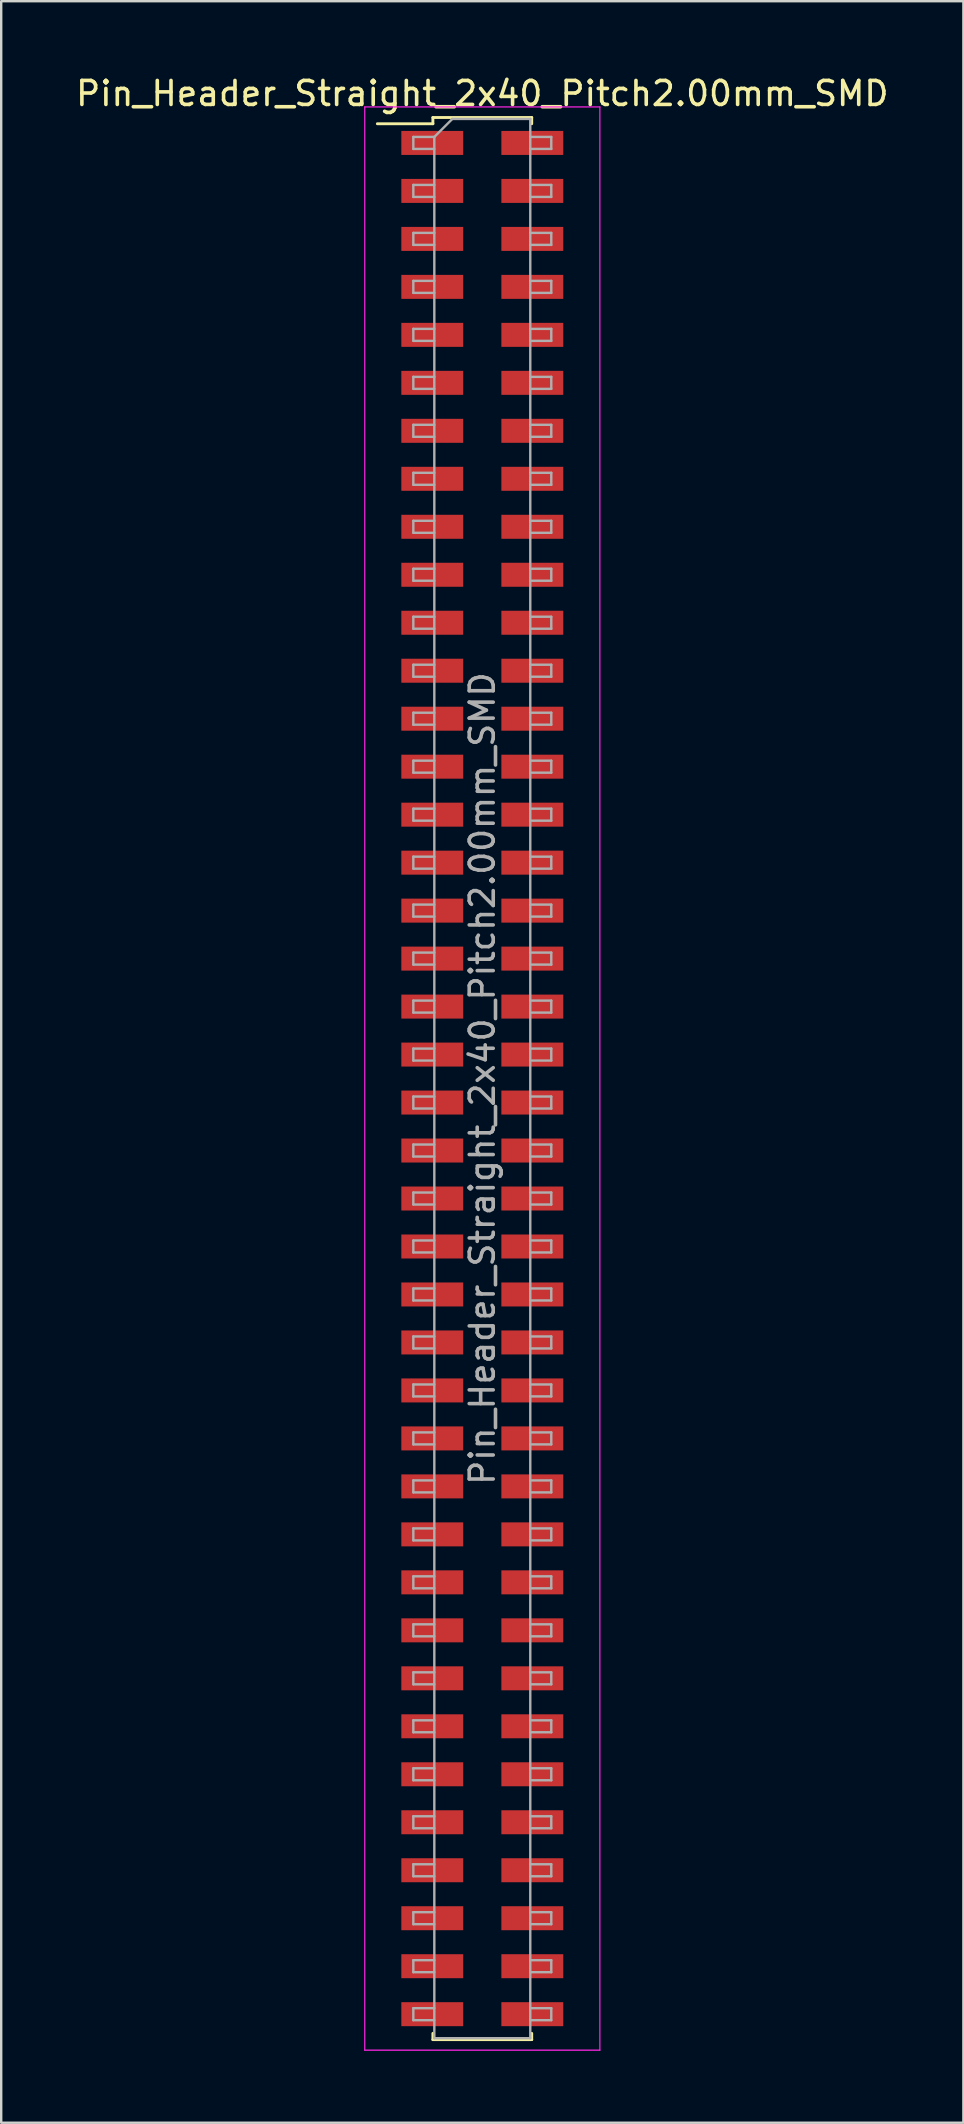
<source format=kicad_pcb>
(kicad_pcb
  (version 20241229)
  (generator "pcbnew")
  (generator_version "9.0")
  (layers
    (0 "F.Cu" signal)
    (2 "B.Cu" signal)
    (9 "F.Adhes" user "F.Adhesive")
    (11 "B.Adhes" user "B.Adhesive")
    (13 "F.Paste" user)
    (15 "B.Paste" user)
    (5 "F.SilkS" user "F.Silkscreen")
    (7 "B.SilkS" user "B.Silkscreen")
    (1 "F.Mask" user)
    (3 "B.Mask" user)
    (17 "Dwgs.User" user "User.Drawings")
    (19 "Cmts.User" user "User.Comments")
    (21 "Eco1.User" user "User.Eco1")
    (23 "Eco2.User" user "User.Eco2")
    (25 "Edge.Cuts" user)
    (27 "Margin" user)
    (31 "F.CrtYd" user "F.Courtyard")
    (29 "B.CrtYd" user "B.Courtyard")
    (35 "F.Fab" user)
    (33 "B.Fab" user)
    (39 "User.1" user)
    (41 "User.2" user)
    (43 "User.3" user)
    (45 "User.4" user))
  (footprint "Pin_Header_Straight_2x40_Pitch2.00mm_SMD"
    (layer "F.Cu")
    (at 17.054 41.908)
    (property "Reference" "Pin_Header_Straight_2x40_Pitch2.00mm_SMD" (at 0 -41.06 0) (layer "F.SilkS") (effects (font (size 1 1) (thickness 0.15))))
    (attr smd)
    (fp_line (start -4.375 -39.8) (end -2.06 -39.8) (stroke (width 0.12) (type solid)) (layer "F.SilkS"))
    (fp_line (start -2.06 -40.06) (end 2.06 -40.06) (stroke (width 0.12) (type solid)) (layer "F.SilkS"))
    (fp_line (start -2.06 -39.8) (end -2.06 -40.06) (stroke (width 0.12) (type solid)) (layer "F.SilkS"))
    (fp_line (start -2.06 39.8) (end -2.06 40.06) (stroke (width 0.12) (type solid)) (layer "F.SilkS"))
    (fp_line (start -2.06 40.06) (end 2.06 40.06) (stroke (width 0.12) (type solid)) (layer "F.SilkS"))
    (fp_line (start 2.06 -40.06) (end 2.06 -39.8) (stroke (width 0.12) (type solid)) (layer "F.SilkS"))
    (fp_line (start 2.06 40.06) (end 2.06 39.8) (stroke (width 0.12) (type solid)) (layer "F.SilkS"))
    (fp_line (start -4.9 -40.5) (end -4.9 40.5) (stroke (width 0.05) (type solid)) (layer "F.CrtYd"))
    (fp_line (start -4.9 40.5) (end 4.9 40.5) (stroke (width 0.05) (type solid)) (layer "F.CrtYd"))
    (fp_line (start 4.9 -40.5) (end -4.9 -40.5) (stroke (width 0.05) (type solid)) (layer "F.CrtYd"))
    (fp_line (start 4.9 40.5) (end 4.9 -40.5) (stroke (width 0.05) (type solid)) (layer "F.CrtYd"))
    (fp_line (start -2.875 -39.25) (end -2.875 -38.75) (stroke (width 0.1) (type solid)) (layer "F.Fab"))
    (fp_line (start -2.875 -38.75) (end -2 -38.75) (stroke (width 0.1) (type solid)) (layer "F.Fab"))
    (fp_line (start -2.875 -37.25) (end -2.875 -36.75) (stroke (width 0.1) (type solid)) (layer "F.Fab"))
    (fp_line (start -2.875 -36.75) (end -2 -36.75) (stroke (width 0.1) (type solid)) (layer "F.Fab"))
    (fp_line (start -2.875 -35.25) (end -2.875 -34.75) (stroke (width 0.1) (type solid)) (layer "F.Fab"))
    (fp_line (start -2.875 -34.75) (end -2 -34.75) (stroke (width 0.1) (type solid)) (layer "F.Fab"))
    (fp_line (start -2.875 -33.25) (end -2.875 -32.75) (stroke (width 0.1) (type solid)) (layer "F.Fab"))
    (fp_line (start -2.875 -32.75) (end -2 -32.75) (stroke (width 0.1) (type solid)) (layer "F.Fab"))
    (fp_line (start -2.875 -31.25) (end -2.875 -30.75) (stroke (width 0.1) (type solid)) (layer "F.Fab"))
    (fp_line (start -2.875 -30.75) (end -2 -30.75) (stroke (width 0.1) (type solid)) (layer "F.Fab"))
    (fp_line (start -2.875 -29.25) (end -2.875 -28.75) (stroke (width 0.1) (type solid)) (layer "F.Fab"))
    (fp_line (start -2.875 -28.75) (end -2 -28.75) (stroke (width 0.1) (type solid)) (layer "F.Fab"))
    (fp_line (start -2.875 -27.25) (end -2.875 -26.75) (stroke (width 0.1) (type solid)) (layer "F.Fab"))
    (fp_line (start -2.875 -26.75) (end -2 -26.75) (stroke (width 0.1) (type solid)) (layer "F.Fab"))
    (fp_line (start -2.875 -25.25) (end -2.875 -24.75) (stroke (width 0.1) (type solid)) (layer "F.Fab"))
    (fp_line (start -2.875 -24.75) (end -2 -24.75) (stroke (width 0.1) (type solid)) (layer "F.Fab"))
    (fp_line (start -2.875 -23.25) (end -2.875 -22.75) (stroke (width 0.1) (type solid)) (layer "F.Fab"))
    (fp_line (start -2.875 -22.75) (end -2 -22.75) (stroke (width 0.1) (type solid)) (layer "F.Fab"))
    (fp_line (start -2.875 -21.25) (end -2.875 -20.75) (stroke (width 0.1) (type solid)) (layer "F.Fab"))
    (fp_line (start -2.875 -20.75) (end -2 -20.75) (stroke (width 0.1) (type solid)) (layer "F.Fab"))
    (fp_line (start -2.875 -19.25) (end -2.875 -18.75) (stroke (width 0.1) (type solid)) (layer "F.Fab"))
    (fp_line (start -2.875 -18.75) (end -2 -18.75) (stroke (width 0.1) (type solid)) (layer "F.Fab"))
    (fp_line (start -2.875 -17.25) (end -2.875 -16.75) (stroke (width 0.1) (type solid)) (layer "F.Fab"))
    (fp_line (start -2.875 -16.75) (end -2 -16.75) (stroke (width 0.1) (type solid)) (layer "F.Fab"))
    (fp_line (start -2.875 -15.25) (end -2.875 -14.75) (stroke (width 0.1) (type solid)) (layer "F.Fab"))
    (fp_line (start -2.875 -14.75) (end -2 -14.75) (stroke (width 0.1) (type solid)) (layer "F.Fab"))
    (fp_line (start -2.875 -13.25) (end -2.875 -12.75) (stroke (width 0.1) (type solid)) (layer "F.Fab"))
    (fp_line (start -2.875 -12.75) (end -2 -12.75) (stroke (width 0.1) (type solid)) (layer "F.Fab"))
    (fp_line (start -2.875 -11.25) (end -2.875 -10.75) (stroke (width 0.1) (type solid)) (layer "F.Fab"))
    (fp_line (start -2.875 -10.75) (end -2 -10.75) (stroke (width 0.1) (type solid)) (layer "F.Fab"))
    (fp_line (start -2.875 -9.25) (end -2.875 -8.75) (stroke (width 0.1) (type solid)) (layer "F.Fab"))
    (fp_line (start -2.875 -8.75) (end -2 -8.75) (stroke (width 0.1) (type solid)) (layer "F.Fab"))
    (fp_line (start -2.875 -7.25) (end -2.875 -6.75) (stroke (width 0.1) (type solid)) (layer "F.Fab"))
    (fp_line (start -2.875 -6.75) (end -2 -6.75) (stroke (width 0.1) (type solid)) (layer "F.Fab"))
    (fp_line (start -2.875 -5.25) (end -2.875 -4.75) (stroke (width 0.1) (type solid)) (layer "F.Fab"))
    (fp_line (start -2.875 -4.75) (end -2 -4.75) (stroke (width 0.1) (type solid)) (layer "F.Fab"))
    (fp_line (start -2.875 -3.25) (end -2.875 -2.75) (stroke (width 0.1) (type solid)) (layer "F.Fab"))
    (fp_line (start -2.875 -2.75) (end -2 -2.75) (stroke (width 0.1) (type solid)) (layer "F.Fab"))
    (fp_line (start -2.875 -1.25) (end -2.875 -0.75) (stroke (width 0.1) (type solid)) (layer "F.Fab"))
    (fp_line (start -2.875 -0.75) (end -2 -0.75) (stroke (width 0.1) (type solid)) (layer "F.Fab"))
    (fp_line (start -2.875 0.75) (end -2.875 1.25) (stroke (width 0.1) (type solid)) (layer "F.Fab"))
    (fp_line (start -2.875 1.25) (end -2 1.25) (stroke (width 0.1) (type solid)) (layer "F.Fab"))
    (fp_line (start -2.875 2.75) (end -2.875 3.25) (stroke (width 0.1) (type solid)) (layer "F.Fab"))
    (fp_line (start -2.875 3.25) (end -2 3.25) (stroke (width 0.1) (type solid)) (layer "F.Fab"))
    (fp_line (start -2.875 4.75) (end -2.875 5.25) (stroke (width 0.1) (type solid)) (layer "F.Fab"))
    (fp_line (start -2.875 5.25) (end -2 5.25) (stroke (width 0.1) (type solid)) (layer "F.Fab"))
    (fp_line (start -2.875 6.75) (end -2.875 7.25) (stroke (width 0.1) (type solid)) (layer "F.Fab"))
    (fp_line (start -2.875 7.25) (end -2 7.25) (stroke (width 0.1) (type solid)) (layer "F.Fab"))
    (fp_line (start -2.875 8.75) (end -2.875 9.25) (stroke (width 0.1) (type solid)) (layer "F.Fab"))
    (fp_line (start -2.875 9.25) (end -2 9.25) (stroke (width 0.1) (type solid)) (layer "F.Fab"))
    (fp_line (start -2.875 10.75) (end -2.875 11.25) (stroke (width 0.1) (type solid)) (layer "F.Fab"))
    (fp_line (start -2.875 11.25) (end -2 11.25) (stroke (width 0.1) (type solid)) (layer "F.Fab"))
    (fp_line (start -2.875 12.75) (end -2.875 13.25) (stroke (width 0.1) (type solid)) (layer "F.Fab"))
    (fp_line (start -2.875 13.25) (end -2 13.25) (stroke (width 0.1) (type solid)) (layer "F.Fab"))
    (fp_line (start -2.875 14.75) (end -2.875 15.25) (stroke (width 0.1) (type solid)) (layer "F.Fab"))
    (fp_line (start -2.875 15.25) (end -2 15.25) (stroke (width 0.1) (type solid)) (layer "F.Fab"))
    (fp_line (start -2.875 16.75) (end -2.875 17.25) (stroke (width 0.1) (type solid)) (layer "F.Fab"))
    (fp_line (start -2.875 17.25) (end -2 17.25) (stroke (width 0.1) (type solid)) (layer "F.Fab"))
    (fp_line (start -2.875 18.75) (end -2.875 19.25) (stroke (width 0.1) (type solid)) (layer "F.Fab"))
    (fp_line (start -2.875 19.25) (end -2 19.25) (stroke (width 0.1) (type solid)) (layer "F.Fab"))
    (fp_line (start -2.875 20.75) (end -2.875 21.25) (stroke (width 0.1) (type solid)) (layer "F.Fab"))
    (fp_line (start -2.875 21.25) (end -2 21.25) (stroke (width 0.1) (type solid)) (layer "F.Fab"))
    (fp_line (start -2.875 22.75) (end -2.875 23.25) (stroke (width 0.1) (type solid)) (layer "F.Fab"))
    (fp_line (start -2.875 23.25) (end -2 23.25) (stroke (width 0.1) (type solid)) (layer "F.Fab"))
    (fp_line (start -2.875 24.75) (end -2.875 25.25) (stroke (width 0.1) (type solid)) (layer "F.Fab"))
    (fp_line (start -2.875 25.25) (end -2 25.25) (stroke (width 0.1) (type solid)) (layer "F.Fab"))
    (fp_line (start -2.875 26.75) (end -2.875 27.25) (stroke (width 0.1) (type solid)) (layer "F.Fab"))
    (fp_line (start -2.875 27.25) (end -2 27.25) (stroke (width 0.1) (type solid)) (layer "F.Fab"))
    (fp_line (start -2.875 28.75) (end -2.875 29.25) (stroke (width 0.1) (type solid)) (layer "F.Fab"))
    (fp_line (start -2.875 29.25) (end -2 29.25) (stroke (width 0.1) (type solid)) (layer "F.Fab"))
    (fp_line (start -2.875 30.75) (end -2.875 31.25) (stroke (width 0.1) (type solid)) (layer "F.Fab"))
    (fp_line (start -2.875 31.25) (end -2 31.25) (stroke (width 0.1) (type solid)) (layer "F.Fab"))
    (fp_line (start -2.875 32.75) (end -2.875 33.25) (stroke (width 0.1) (type solid)) (layer "F.Fab"))
    (fp_line (start -2.875 33.25) (end -2 33.25) (stroke (width 0.1) (type solid)) (layer "F.Fab"))
    (fp_line (start -2.875 34.75) (end -2.875 35.25) (stroke (width 0.1) (type solid)) (layer "F.Fab"))
    (fp_line (start -2.875 35.25) (end -2 35.25) (stroke (width 0.1) (type solid)) (layer "F.Fab"))
    (fp_line (start -2.875 36.75) (end -2.875 37.25) (stroke (width 0.1) (type solid)) (layer "F.Fab"))
    (fp_line (start -2.875 37.25) (end -2 37.25) (stroke (width 0.1) (type solid)) (layer "F.Fab"))
    (fp_line (start -2.875 38.75) (end -2.875 39.25) (stroke (width 0.1) (type solid)) (layer "F.Fab"))
    (fp_line (start -2.875 39.25) (end -2 39.25) (stroke (width 0.1) (type solid)) (layer "F.Fab"))
    (fp_line (start -2 -39.25) (end -2.875 -39.25) (stroke (width 0.1) (type solid)) (layer "F.Fab"))
    (fp_line (start -2 -39.25) (end -1.25 -40) (stroke (width 0.1) (type solid)) (layer "F.Fab"))
    (fp_line (start -2 -37.25) (end -2.875 -37.25) (stroke (width 0.1) (type solid)) (layer "F.Fab"))
    (fp_line (start -2 -35.25) (end -2.875 -35.25) (stroke (width 0.1) (type solid)) (layer "F.Fab"))
    (fp_line (start -2 -33.25) (end -2.875 -33.25) (stroke (width 0.1) (type solid)) (layer "F.Fab"))
    (fp_line (start -2 -31.25) (end -2.875 -31.25) (stroke (width 0.1) (type solid)) (layer "F.Fab"))
    (fp_line (start -2 -29.25) (end -2.875 -29.25) (stroke (width 0.1) (type solid)) (layer "F.Fab"))
    (fp_line (start -2 -27.25) (end -2.875 -27.25) (stroke (width 0.1) (type solid)) (layer "F.Fab"))
    (fp_line (start -2 -25.25) (end -2.875 -25.25) (stroke (width 0.1) (type solid)) (layer "F.Fab"))
    (fp_line (start -2 -23.25) (end -2.875 -23.25) (stroke (width 0.1) (type solid)) (layer "F.Fab"))
    (fp_line (start -2 -21.25) (end -2.875 -21.25) (stroke (width 0.1) (type solid)) (layer "F.Fab"))
    (fp_line (start -2 -19.25) (end -2.875 -19.25) (stroke (width 0.1) (type solid)) (layer "F.Fab"))
    (fp_line (start -2 -17.25) (end -2.875 -17.25) (stroke (width 0.1) (type solid)) (layer "F.Fab"))
    (fp_line (start -2 -15.25) (end -2.875 -15.25) (stroke (width 0.1) (type solid)) (layer "F.Fab"))
    (fp_line (start -2 -13.25) (end -2.875 -13.25) (stroke (width 0.1) (type solid)) (layer "F.Fab"))
    (fp_line (start -2 -11.25) (end -2.875 -11.25) (stroke (width 0.1) (type solid)) (layer "F.Fab"))
    (fp_line (start -2 -9.25) (end -2.875 -9.25) (stroke (width 0.1) (type solid)) (layer "F.Fab"))
    (fp_line (start -2 -7.25) (end -2.875 -7.25) (stroke (width 0.1) (type solid)) (layer "F.Fab"))
    (fp_line (start -2 -5.25) (end -2.875 -5.25) (stroke (width 0.1) (type solid)) (layer "F.Fab"))
    (fp_line (start -2 -3.25) (end -2.875 -3.25) (stroke (width 0.1) (type solid)) (layer "F.Fab"))
    (fp_line (start -2 -1.25) (end -2.875 -1.25) (stroke (width 0.1) (type solid)) (layer "F.Fab"))
    (fp_line (start -2 0.75) (end -2.875 0.75) (stroke (width 0.1) (type solid)) (layer "F.Fab"))
    (fp_line (start -2 2.75) (end -2.875 2.75) (stroke (width 0.1) (type solid)) (layer "F.Fab"))
    (fp_line (start -2 4.75) (end -2.875 4.75) (stroke (width 0.1) (type solid)) (layer "F.Fab"))
    (fp_line (start -2 6.75) (end -2.875 6.75) (stroke (width 0.1) (type solid)) (layer "F.Fab"))
    (fp_line (start -2 8.75) (end -2.875 8.75) (stroke (width 0.1) (type solid)) (layer "F.Fab"))
    (fp_line (start -2 10.75) (end -2.875 10.75) (stroke (width 0.1) (type solid)) (layer "F.Fab"))
    (fp_line (start -2 12.75) (end -2.875 12.75) (stroke (width 0.1) (type solid)) (layer "F.Fab"))
    (fp_line (start -2 14.75) (end -2.875 14.75) (stroke (width 0.1) (type solid)) (layer "F.Fab"))
    (fp_line (start -2 16.75) (end -2.875 16.75) (stroke (width 0.1) (type solid)) (layer "F.Fab"))
    (fp_line (start -2 18.75) (end -2.875 18.75) (stroke (width 0.1) (type solid)) (layer "F.Fab"))
    (fp_line (start -2 20.75) (end -2.875 20.75) (stroke (width 0.1) (type solid)) (layer "F.Fab"))
    (fp_line (start -2 22.75) (end -2.875 22.75) (stroke (width 0.1) (type solid)) (layer "F.Fab"))
    (fp_line (start -2 24.75) (end -2.875 24.75) (stroke (width 0.1) (type solid)) (layer "F.Fab"))
    (fp_line (start -2 26.75) (end -2.875 26.75) (stroke (width 0.1) (type solid)) (layer "F.Fab"))
    (fp_line (start -2 28.75) (end -2.875 28.75) (stroke (width 0.1) (type solid)) (layer "F.Fab"))
    (fp_line (start -2 30.75) (end -2.875 30.75) (stroke (width 0.1) (type solid)) (layer "F.Fab"))
    (fp_line (start -2 32.75) (end -2.875 32.75) (stroke (width 0.1) (type solid)) (layer "F.Fab"))
    (fp_line (start -2 34.75) (end -2.875 34.75) (stroke (width 0.1) (type solid)) (layer "F.Fab"))
    (fp_line (start -2 36.75) (end -2.875 36.75) (stroke (width 0.1) (type solid)) (layer "F.Fab"))
    (fp_line (start -2 38.75) (end -2.875 38.75) (stroke (width 0.1) (type solid)) (layer "F.Fab"))
    (fp_line (start -2 40) (end -2 -39.25) (stroke (width 0.1) (type solid)) (layer "F.Fab"))
    (fp_line (start -1.25 -40) (end 2 -40) (stroke (width 0.1) (type solid)) (layer "F.Fab"))
    (fp_line (start 2 -40) (end 2 40) (stroke (width 0.1) (type solid)) (layer "F.Fab"))
    (fp_line (start 2 -39.25) (end 2.875 -39.25) (stroke (width 0.1) (type solid)) (layer "F.Fab"))
    (fp_line (start 2 -37.25) (end 2.875 -37.25) (stroke (width 0.1) (type solid)) (layer "F.Fab"))
    (fp_line (start 2 -35.25) (end 2.875 -35.25) (stroke (width 0.1) (type solid)) (layer "F.Fab"))
    (fp_line (start 2 -33.25) (end 2.875 -33.25) (stroke (width 0.1) (type solid)) (layer "F.Fab"))
    (fp_line (start 2 -31.25) (end 2.875 -31.25) (stroke (width 0.1) (type solid)) (layer "F.Fab"))
    (fp_line (start 2 -29.25) (end 2.875 -29.25) (stroke (width 0.1) (type solid)) (layer "F.Fab"))
    (fp_line (start 2 -27.25) (end 2.875 -27.25) (stroke (width 0.1) (type solid)) (layer "F.Fab"))
    (fp_line (start 2 -25.25) (end 2.875 -25.25) (stroke (width 0.1) (type solid)) (layer "F.Fab"))
    (fp_line (start 2 -23.25) (end 2.875 -23.25) (stroke (width 0.1) (type solid)) (layer "F.Fab"))
    (fp_line (start 2 -21.25) (end 2.875 -21.25) (stroke (width 0.1) (type solid)) (layer "F.Fab"))
    (fp_line (start 2 -19.25) (end 2.875 -19.25) (stroke (width 0.1) (type solid)) (layer "F.Fab"))
    (fp_line (start 2 -17.25) (end 2.875 -17.25) (stroke (width 0.1) (type solid)) (layer "F.Fab"))
    (fp_line (start 2 -15.25) (end 2.875 -15.25) (stroke (width 0.1) (type solid)) (layer "F.Fab"))
    (fp_line (start 2 -13.25) (end 2.875 -13.25) (stroke (width 0.1) (type solid)) (layer "F.Fab"))
    (fp_line (start 2 -11.25) (end 2.875 -11.25) (stroke (width 0.1) (type solid)) (layer "F.Fab"))
    (fp_line (start 2 -9.25) (end 2.875 -9.25) (stroke (width 0.1) (type solid)) (layer "F.Fab"))
    (fp_line (start 2 -7.25) (end 2.875 -7.25) (stroke (width 0.1) (type solid)) (layer "F.Fab"))
    (fp_line (start 2 -5.25) (end 2.875 -5.25) (stroke (width 0.1) (type solid)) (layer "F.Fab"))
    (fp_line (start 2 -3.25) (end 2.875 -3.25) (stroke (width 0.1) (type solid)) (layer "F.Fab"))
    (fp_line (start 2 -1.25) (end 2.875 -1.25) (stroke (width 0.1) (type solid)) (layer "F.Fab"))
    (fp_line (start 2 0.75) (end 2.875 0.75) (stroke (width 0.1) (type solid)) (layer "F.Fab"))
    (fp_line (start 2 2.75) (end 2.875 2.75) (stroke (width 0.1) (type solid)) (layer "F.Fab"))
    (fp_line (start 2 4.75) (end 2.875 4.75) (stroke (width 0.1) (type solid)) (layer "F.Fab"))
    (fp_line (start 2 6.75) (end 2.875 6.75) (stroke (width 0.1) (type solid)) (layer "F.Fab"))
    (fp_line (start 2 8.75) (end 2.875 8.75) (stroke (width 0.1) (type solid)) (layer "F.Fab"))
    (fp_line (start 2 10.75) (end 2.875 10.75) (stroke (width 0.1) (type solid)) (layer "F.Fab"))
    (fp_line (start 2 12.75) (end 2.875 12.75) (stroke (width 0.1) (type solid)) (layer "F.Fab"))
    (fp_line (start 2 14.75) (end 2.875 14.75) (stroke (width 0.1) (type solid)) (layer "F.Fab"))
    (fp_line (start 2 16.75) (end 2.875 16.75) (stroke (width 0.1) (type solid)) (layer "F.Fab"))
    (fp_line (start 2 18.75) (end 2.875 18.75) (stroke (width 0.1) (type solid)) (layer "F.Fab"))
    (fp_line (start 2 20.75) (end 2.875 20.75) (stroke (width 0.1) (type solid)) (layer "F.Fab"))
    (fp_line (start 2 22.75) (end 2.875 22.75) (stroke (width 0.1) (type solid)) (layer "F.Fab"))
    (fp_line (start 2 24.75) (end 2.875 24.75) (stroke (width 0.1) (type solid)) (layer "F.Fab"))
    (fp_line (start 2 26.75) (end 2.875 26.75) (stroke (width 0.1) (type solid)) (layer "F.Fab"))
    (fp_line (start 2 28.75) (end 2.875 28.75) (stroke (width 0.1) (type solid)) (layer "F.Fab"))
    (fp_line (start 2 30.75) (end 2.875 30.75) (stroke (width 0.1) (type solid)) (layer "F.Fab"))
    (fp_line (start 2 32.75) (end 2.875 32.75) (stroke (width 0.1) (type solid)) (layer "F.Fab"))
    (fp_line (start 2 34.75) (end 2.875 34.75) (stroke (width 0.1) (type solid)) (layer "F.Fab"))
    (fp_line (start 2 36.75) (end 2.875 36.75) (stroke (width 0.1) (type solid)) (layer "F.Fab"))
    (fp_line (start 2 38.75) (end 2.875 38.75) (stroke (width 0.1) (type solid)) (layer "F.Fab"))
    (fp_line (start 2 40) (end -2 40) (stroke (width 0.1) (type solid)) (layer "F.Fab"))
    (fp_line (start 2.875 -39.25) (end 2.875 -38.75) (stroke (width 0.1) (type solid)) (layer "F.Fab"))
    (fp_line (start 2.875 -38.75) (end 2 -38.75) (stroke (width 0.1) (type solid)) (layer "F.Fab"))
    (fp_line (start 2.875 -37.25) (end 2.875 -36.75) (stroke (width 0.1) (type solid)) (layer "F.Fab"))
    (fp_line (start 2.875 -36.75) (end 2 -36.75) (stroke (width 0.1) (type solid)) (layer "F.Fab"))
    (fp_line (start 2.875 -35.25) (end 2.875 -34.75) (stroke (width 0.1) (type solid)) (layer "F.Fab"))
    (fp_line (start 2.875 -34.75) (end 2 -34.75) (stroke (width 0.1) (type solid)) (layer "F.Fab"))
    (fp_line (start 2.875 -33.25) (end 2.875 -32.75) (stroke (width 0.1) (type solid)) (layer "F.Fab"))
    (fp_line (start 2.875 -32.75) (end 2 -32.75) (stroke (width 0.1) (type solid)) (layer "F.Fab"))
    (fp_line (start 2.875 -31.25) (end 2.875 -30.75) (stroke (width 0.1) (type solid)) (layer "F.Fab"))
    (fp_line (start 2.875 -30.75) (end 2 -30.75) (stroke (width 0.1) (type solid)) (layer "F.Fab"))
    (fp_line (start 2.875 -29.25) (end 2.875 -28.75) (stroke (width 0.1) (type solid)) (layer "F.Fab"))
    (fp_line (start 2.875 -28.75) (end 2 -28.75) (stroke (width 0.1) (type solid)) (layer "F.Fab"))
    (fp_line (start 2.875 -27.25) (end 2.875 -26.75) (stroke (width 0.1) (type solid)) (layer "F.Fab"))
    (fp_line (start 2.875 -26.75) (end 2 -26.75) (stroke (width 0.1) (type solid)) (layer "F.Fab"))
    (fp_line (start 2.875 -25.25) (end 2.875 -24.75) (stroke (width 0.1) (type solid)) (layer "F.Fab"))
    (fp_line (start 2.875 -24.75) (end 2 -24.75) (stroke (width 0.1) (type solid)) (layer "F.Fab"))
    (fp_line (start 2.875 -23.25) (end 2.875 -22.75) (stroke (width 0.1) (type solid)) (layer "F.Fab"))
    (fp_line (start 2.875 -22.75) (end 2 -22.75) (stroke (width 0.1) (type solid)) (layer "F.Fab"))
    (fp_line (start 2.875 -21.25) (end 2.875 -20.75) (stroke (width 0.1) (type solid)) (layer "F.Fab"))
    (fp_line (start 2.875 -20.75) (end 2 -20.75) (stroke (width 0.1) (type solid)) (layer "F.Fab"))
    (fp_line (start 2.875 -19.25) (end 2.875 -18.75) (stroke (width 0.1) (type solid)) (layer "F.Fab"))
    (fp_line (start 2.875 -18.75) (end 2 -18.75) (stroke (width 0.1) (type solid)) (layer "F.Fab"))
    (fp_line (start 2.875 -17.25) (end 2.875 -16.75) (stroke (width 0.1) (type solid)) (layer "F.Fab"))
    (fp_line (start 2.875 -16.75) (end 2 -16.75) (stroke (width 0.1) (type solid)) (layer "F.Fab"))
    (fp_line (start 2.875 -15.25) (end 2.875 -14.75) (stroke (width 0.1) (type solid)) (layer "F.Fab"))
    (fp_line (start 2.875 -14.75) (end 2 -14.75) (stroke (width 0.1) (type solid)) (layer "F.Fab"))
    (fp_line (start 2.875 -13.25) (end 2.875 -12.75) (stroke (width 0.1) (type solid)) (layer "F.Fab"))
    (fp_line (start 2.875 -12.75) (end 2 -12.75) (stroke (width 0.1) (type solid)) (layer "F.Fab"))
    (fp_line (start 2.875 -11.25) (end 2.875 -10.75) (stroke (width 0.1) (type solid)) (layer "F.Fab"))
    (fp_line (start 2.875 -10.75) (end 2 -10.75) (stroke (width 0.1) (type solid)) (layer "F.Fab"))
    (fp_line (start 2.875 -9.25) (end 2.875 -8.75) (stroke (width 0.1) (type solid)) (layer "F.Fab"))
    (fp_line (start 2.875 -8.75) (end 2 -8.75) (stroke (width 0.1) (type solid)) (layer "F.Fab"))
    (fp_line (start 2.875 -7.25) (end 2.875 -6.75) (stroke (width 0.1) (type solid)) (layer "F.Fab"))
    (fp_line (start 2.875 -6.75) (end 2 -6.75) (stroke (width 0.1) (type solid)) (layer "F.Fab"))
    (fp_line (start 2.875 -5.25) (end 2.875 -4.75) (stroke (width 0.1) (type solid)) (layer "F.Fab"))
    (fp_line (start 2.875 -4.75) (end 2 -4.75) (stroke (width 0.1) (type solid)) (layer "F.Fab"))
    (fp_line (start 2.875 -3.25) (end 2.875 -2.75) (stroke (width 0.1) (type solid)) (layer "F.Fab"))
    (fp_line (start 2.875 -2.75) (end 2 -2.75) (stroke (width 0.1) (type solid)) (layer "F.Fab"))
    (fp_line (start 2.875 -1.25) (end 2.875 -0.75) (stroke (width 0.1) (type solid)) (layer "F.Fab"))
    (fp_line (start 2.875 -0.75) (end 2 -0.75) (stroke (width 0.1) (type solid)) (layer "F.Fab"))
    (fp_line (start 2.875 0.75) (end 2.875 1.25) (stroke (width 0.1) (type solid)) (layer "F.Fab"))
    (fp_line (start 2.875 1.25) (end 2 1.25) (stroke (width 0.1) (type solid)) (layer "F.Fab"))
    (fp_line (start 2.875 2.75) (end 2.875 3.25) (stroke (width 0.1) (type solid)) (layer "F.Fab"))
    (fp_line (start 2.875 3.25) (end 2 3.25) (stroke (width 0.1) (type solid)) (layer "F.Fab"))
    (fp_line (start 2.875 4.75) (end 2.875 5.25) (stroke (width 0.1) (type solid)) (layer "F.Fab"))
    (fp_line (start 2.875 5.25) (end 2 5.25) (stroke (width 0.1) (type solid)) (layer "F.Fab"))
    (fp_line (start 2.875 6.75) (end 2.875 7.25) (stroke (width 0.1) (type solid)) (layer "F.Fab"))
    (fp_line (start 2.875 7.25) (end 2 7.25) (stroke (width 0.1) (type solid)) (layer "F.Fab"))
    (fp_line (start 2.875 8.75) (end 2.875 9.25) (stroke (width 0.1) (type solid)) (layer "F.Fab"))
    (fp_line (start 2.875 9.25) (end 2 9.25) (stroke (width 0.1) (type solid)) (layer "F.Fab"))
    (fp_line (start 2.875 10.75) (end 2.875 11.25) (stroke (width 0.1) (type solid)) (layer "F.Fab"))
    (fp_line (start 2.875 11.25) (end 2 11.25) (stroke (width 0.1) (type solid)) (layer "F.Fab"))
    (fp_line (start 2.875 12.75) (end 2.875 13.25) (stroke (width 0.1) (type solid)) (layer "F.Fab"))
    (fp_line (start 2.875 13.25) (end 2 13.25) (stroke (width 0.1) (type solid)) (layer "F.Fab"))
    (fp_line (start 2.875 14.75) (end 2.875 15.25) (stroke (width 0.1) (type solid)) (layer "F.Fab"))
    (fp_line (start 2.875 15.25) (end 2 15.25) (stroke (width 0.1) (type solid)) (layer "F.Fab"))
    (fp_line (start 2.875 16.75) (end 2.875 17.25) (stroke (width 0.1) (type solid)) (layer "F.Fab"))
    (fp_line (start 2.875 17.25) (end 2 17.25) (stroke (width 0.1) (type solid)) (layer "F.Fab"))
    (fp_line (start 2.875 18.75) (end 2.875 19.25) (stroke (width 0.1) (type solid)) (layer "F.Fab"))
    (fp_line (start 2.875 19.25) (end 2 19.25) (stroke (width 0.1) (type solid)) (layer "F.Fab"))
    (fp_line (start 2.875 20.75) (end 2.875 21.25) (stroke (width 0.1) (type solid)) (layer "F.Fab"))
    (fp_line (start 2.875 21.25) (end 2 21.25) (stroke (width 0.1) (type solid)) (layer "F.Fab"))
    (fp_line (start 2.875 22.75) (end 2.875 23.25) (stroke (width 0.1) (type solid)) (layer "F.Fab"))
    (fp_line (start 2.875 23.25) (end 2 23.25) (stroke (width 0.1) (type solid)) (layer "F.Fab"))
    (fp_line (start 2.875 24.75) (end 2.875 25.25) (stroke (width 0.1) (type solid)) (layer "F.Fab"))
    (fp_line (start 2.875 25.25) (end 2 25.25) (stroke (width 0.1) (type solid)) (layer "F.Fab"))
    (fp_line (start 2.875 26.75) (end 2.875 27.25) (stroke (width 0.1) (type solid)) (layer "F.Fab"))
    (fp_line (start 2.875 27.25) (end 2 27.25) (stroke (width 0.1) (type solid)) (layer "F.Fab"))
    (fp_line (start 2.875 28.75) (end 2.875 29.25) (stroke (width 0.1) (type solid)) (layer "F.Fab"))
    (fp_line (start 2.875 29.25) (end 2 29.25) (stroke (width 0.1) (type solid)) (layer "F.Fab"))
    (fp_line (start 2.875 30.75) (end 2.875 31.25) (stroke (width 0.1) (type solid)) (layer "F.Fab"))
    (fp_line (start 2.875 31.25) (end 2 31.25) (stroke (width 0.1) (type solid)) (layer "F.Fab"))
    (fp_line (start 2.875 32.75) (end 2.875 33.25) (stroke (width 0.1) (type solid)) (layer "F.Fab"))
    (fp_line (start 2.875 33.25) (end 2 33.25) (stroke (width 0.1) (type solid)) (layer "F.Fab"))
    (fp_line (start 2.875 34.75) (end 2.875 35.25) (stroke (width 0.1) (type solid)) (layer "F.Fab"))
    (fp_line (start 2.875 35.25) (end 2 35.25) (stroke (width 0.1) (type solid)) (layer "F.Fab"))
    (fp_line (start 2.875 36.75) (end 2.875 37.25) (stroke (width 0.1) (type solid)) (layer "F.Fab"))
    (fp_line (start 2.875 37.25) (end 2 37.25) (stroke (width 0.1) (type solid)) (layer "F.Fab"))
    (fp_line (start 2.875 38.75) (end 2.875 39.25) (stroke (width 0.1) (type solid)) (layer "F.Fab"))
    (fp_line (start 2.875 39.25) (end 2 39.25) (stroke (width 0.1) (type solid)) (layer "F.Fab"))
    (fp_text user "${REFERENCE}" (at 0 0 90) (layer "F.Fab") (effects (font (size 1 1) (thickness 0.15))))
    (pad "1" smd rect (at -2.085 -39) (size 2.58 1) (layers "F.Cu" "F.Mask" "F.Paste"))
    (pad "2" smd rect (at 2.085 -39) (size 2.58 1) (layers "F.Cu" "F.Mask" "F.Paste"))
    (pad "3" smd rect (at -2.085 -37) (size 2.58 1) (layers "F.Cu" "F.Mask" "F.Paste"))
    (pad "4" smd rect (at 2.085 -37) (size 2.58 1) (layers "F.Cu" "F.Mask" "F.Paste"))
    (pad "5" smd rect (at -2.085 -35) (size 2.58 1) (layers "F.Cu" "F.Mask" "F.Paste"))
    (pad "6" smd rect (at 2.085 -35) (size 2.58 1) (layers "F.Cu" "F.Mask" "F.Paste"))
    (pad "7" smd rect (at -2.085 -33) (size 2.58 1) (layers "F.Cu" "F.Mask" "F.Paste"))
    (pad "8" smd rect (at 2.085 -33) (size 2.58 1) (layers "F.Cu" "F.Mask" "F.Paste"))
    (pad "9" smd rect (at -2.085 -31) (size 2.58 1) (layers "F.Cu" "F.Mask" "F.Paste"))
    (pad "10" smd rect (at 2.085 -31) (size 2.58 1) (layers "F.Cu" "F.Mask" "F.Paste"))
    (pad "11" smd rect (at -2.085 -29) (size 2.58 1) (layers "F.Cu" "F.Mask" "F.Paste"))
    (pad "12" smd rect (at 2.085 -29) (size 2.58 1) (layers "F.Cu" "F.Mask" "F.Paste"))
    (pad "13" smd rect (at -2.085 -27) (size 2.58 1) (layers "F.Cu" "F.Mask" "F.Paste"))
    (pad "14" smd rect (at 2.085 -27) (size 2.58 1) (layers "F.Cu" "F.Mask" "F.Paste"))
    (pad "15" smd rect (at -2.085 -25) (size 2.58 1) (layers "F.Cu" "F.Mask" "F.Paste"))
    (pad "16" smd rect (at 2.085 -25) (size 2.58 1) (layers "F.Cu" "F.Mask" "F.Paste"))
    (pad "17" smd rect (at -2.085 -23) (size 2.58 1) (layers "F.Cu" "F.Mask" "F.Paste"))
    (pad "18" smd rect (at 2.085 -23) (size 2.58 1) (layers "F.Cu" "F.Mask" "F.Paste"))
    (pad "19" smd rect (at -2.085 -21) (size 2.58 1) (layers "F.Cu" "F.Mask" "F.Paste"))
    (pad "20" smd rect (at 2.085 -21) (size 2.58 1) (layers "F.Cu" "F.Mask" "F.Paste"))
    (pad "21" smd rect (at -2.085 -19) (size 2.58 1) (layers "F.Cu" "F.Mask" "F.Paste"))
    (pad "22" smd rect (at 2.085 -19) (size 2.58 1) (layers "F.Cu" "F.Mask" "F.Paste"))
    (pad "23" smd rect (at -2.085 -17) (size 2.58 1) (layers "F.Cu" "F.Mask" "F.Paste"))
    (pad "24" smd rect (at 2.085 -17) (size 2.58 1) (layers "F.Cu" "F.Mask" "F.Paste"))
    (pad "25" smd rect (at -2.085 -15) (size 2.58 1) (layers "F.Cu" "F.Mask" "F.Paste"))
    (pad "26" smd rect (at 2.085 -15) (size 2.58 1) (layers "F.Cu" "F.Mask" "F.Paste"))
    (pad "27" smd rect (at -2.085 -13) (size 2.58 1) (layers "F.Cu" "F.Mask" "F.Paste"))
    (pad "28" smd rect (at 2.085 -13) (size 2.58 1) (layers "F.Cu" "F.Mask" "F.Paste"))
    (pad "29" smd rect (at -2.085 -11) (size 2.58 1) (layers "F.Cu" "F.Mask" "F.Paste"))
    (pad "30" smd rect (at 2.085 -11) (size 2.58 1) (layers "F.Cu" "F.Mask" "F.Paste"))
    (pad "31" smd rect (at -2.085 -9) (size 2.58 1) (layers "F.Cu" "F.Mask" "F.Paste"))
    (pad "32" smd rect (at 2.085 -9) (size 2.58 1) (layers "F.Cu" "F.Mask" "F.Paste"))
    (pad "33" smd rect (at -2.085 -7) (size 2.58 1) (layers "F.Cu" "F.Mask" "F.Paste"))
    (pad "34" smd rect (at 2.085 -7) (size 2.58 1) (layers "F.Cu" "F.Mask" "F.Paste"))
    (pad "35" smd rect (at -2.085 -5) (size 2.58 1) (layers "F.Cu" "F.Mask" "F.Paste"))
    (pad "36" smd rect (at 2.085 -5) (size 2.58 1) (layers "F.Cu" "F.Mask" "F.Paste"))
    (pad "37" smd rect (at -2.085 -3) (size 2.58 1) (layers "F.Cu" "F.Mask" "F.Paste"))
    (pad "38" smd rect (at 2.085 -3) (size 2.58 1) (layers "F.Cu" "F.Mask" "F.Paste"))
    (pad "39" smd rect (at -2.085 -1) (size 2.58 1) (layers "F.Cu" "F.Mask" "F.Paste"))
    (pad "40" smd rect (at 2.085 -1) (size 2.58 1) (layers "F.Cu" "F.Mask" "F.Paste"))
    (pad "41" smd rect (at -2.085 1) (size 2.58 1) (layers "F.Cu" "F.Mask" "F.Paste"))
    (pad "42" smd rect (at 2.085 1) (size 2.58 1) (layers "F.Cu" "F.Mask" "F.Paste"))
    (pad "43" smd rect (at -2.085 3) (size 2.58 1) (layers "F.Cu" "F.Mask" "F.Paste"))
    (pad "44" smd rect (at 2.085 3) (size 2.58 1) (layers "F.Cu" "F.Mask" "F.Paste"))
    (pad "45" smd rect (at -2.085 5) (size 2.58 1) (layers "F.Cu" "F.Mask" "F.Paste"))
    (pad "46" smd rect (at 2.085 5) (size 2.58 1) (layers "F.Cu" "F.Mask" "F.Paste"))
    (pad "47" smd rect (at -2.085 7) (size 2.58 1) (layers "F.Cu" "F.Mask" "F.Paste"))
    (pad "48" smd rect (at 2.085 7) (size 2.58 1) (layers "F.Cu" "F.Mask" "F.Paste"))
    (pad "49" smd rect (at -2.085 9) (size 2.58 1) (layers "F.Cu" "F.Mask" "F.Paste"))
    (pad "50" smd rect (at 2.085 9) (size 2.58 1) (layers "F.Cu" "F.Mask" "F.Paste"))
    (pad "51" smd rect (at -2.085 11) (size 2.58 1) (layers "F.Cu" "F.Mask" "F.Paste"))
    (pad "52" smd rect (at 2.085 11) (size 2.58 1) (layers "F.Cu" "F.Mask" "F.Paste"))
    (pad "53" smd rect (at -2.085 13) (size 2.58 1) (layers "F.Cu" "F.Mask" "F.Paste"))
    (pad "54" smd rect (at 2.085 13) (size 2.58 1) (layers "F.Cu" "F.Mask" "F.Paste"))
    (pad "55" smd rect (at -2.085 15) (size 2.58 1) (layers "F.Cu" "F.Mask" "F.Paste"))
    (pad "56" smd rect (at 2.085 15) (size 2.58 1) (layers "F.Cu" "F.Mask" "F.Paste"))
    (pad "57" smd rect (at -2.085 17) (size 2.58 1) (layers "F.Cu" "F.Mask" "F.Paste"))
    (pad "58" smd rect (at 2.085 17) (size 2.58 1) (layers "F.Cu" "F.Mask" "F.Paste"))
    (pad "59" smd rect (at -2.085 19) (size 2.58 1) (layers "F.Cu" "F.Mask" "F.Paste"))
    (pad "60" smd rect (at 2.085 19) (size 2.58 1) (layers "F.Cu" "F.Mask" "F.Paste"))
    (pad "61" smd rect (at -2.085 21) (size 2.58 1) (layers "F.Cu" "F.Mask" "F.Paste"))
    (pad "62" smd rect (at 2.085 21) (size 2.58 1) (layers "F.Cu" "F.Mask" "F.Paste"))
    (pad "63" smd rect (at -2.085 23) (size 2.58 1) (layers "F.Cu" "F.Mask" "F.Paste"))
    (pad "64" smd rect (at 2.085 23) (size 2.58 1) (layers "F.Cu" "F.Mask" "F.Paste"))
    (pad "65" smd rect (at -2.085 25) (size 2.58 1) (layers "F.Cu" "F.Mask" "F.Paste"))
    (pad "66" smd rect (at 2.085 25) (size 2.58 1) (layers "F.Cu" "F.Mask" "F.Paste"))
    (pad "67" smd rect (at -2.085 27) (size 2.58 1) (layers "F.Cu" "F.Mask" "F.Paste"))
    (pad "68" smd rect (at 2.085 27) (size 2.58 1) (layers "F.Cu" "F.Mask" "F.Paste"))
    (pad "69" smd rect (at -2.085 29) (size 2.58 1) (layers "F.Cu" "F.Mask" "F.Paste"))
    (pad "70" smd rect (at 2.085 29) (size 2.58 1) (layers "F.Cu" "F.Mask" "F.Paste"))
    (pad "71" smd rect (at -2.085 31) (size 2.58 1) (layers "F.Cu" "F.Mask" "F.Paste"))
    (pad "72" smd rect (at 2.085 31) (size 2.58 1) (layers "F.Cu" "F.Mask" "F.Paste"))
    (pad "73" smd rect (at -2.085 33) (size 2.58 1) (layers "F.Cu" "F.Mask" "F.Paste"))
    (pad "74" smd rect (at 2.085 33) (size 2.58 1) (layers "F.Cu" "F.Mask" "F.Paste"))
    (pad "75" smd rect (at -2.085 35) (size 2.58 1) (layers "F.Cu" "F.Mask" "F.Paste"))
    (pad "76" smd rect (at 2.085 35) (size 2.58 1) (layers "F.Cu" "F.Mask" "F.Paste"))
    (pad "77" smd rect (at -2.085 37) (size 2.58 1) (layers "F.Cu" "F.Mask" "F.Paste"))
    (pad "78" smd rect (at 2.085 37) (size 2.58 1) (layers "F.Cu" "F.Mask" "F.Paste"))
    (pad "79" smd rect (at -2.085 39) (size 2.58 1) (layers "F.Cu" "F.Mask" "F.Paste"))
    (pad "80" smd rect (at 2.085 39) (size 2.58 1) (layers "F.Cu" "F.Mask" "F.Paste")))
  (gr_rect
    (start -3 -3)
    (end 37.107 85.433)
    (stroke (width 0.1) (type default))
    (fill no)
    (layer "Edge.Cuts")))
</source>
